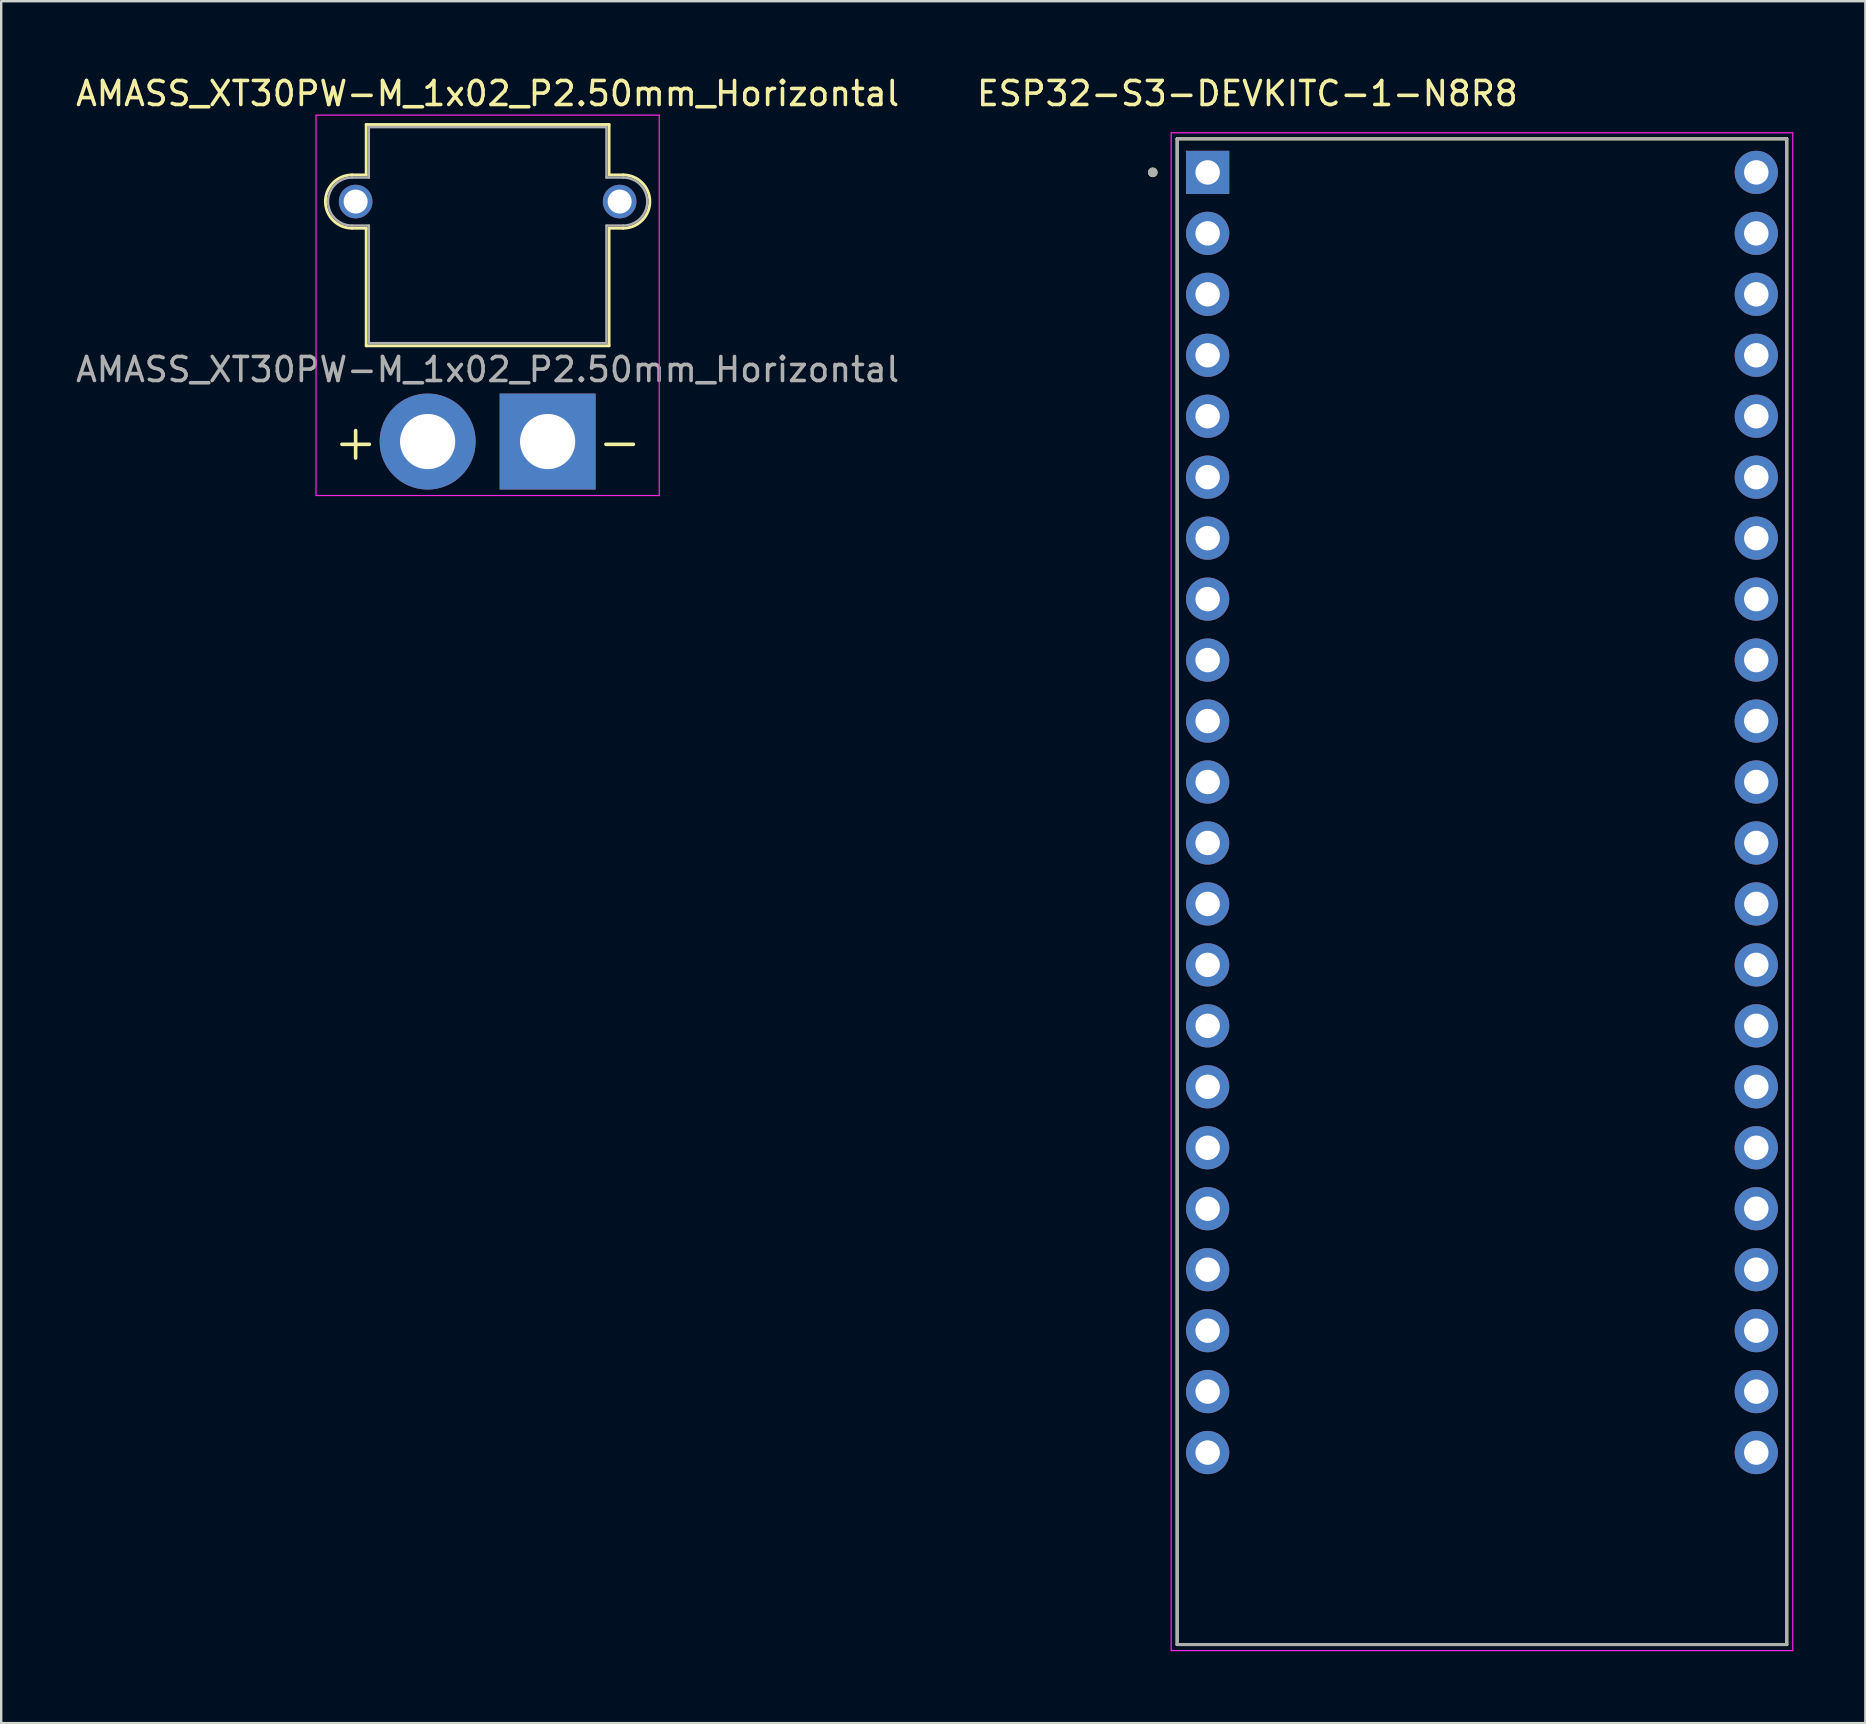
<source format=kicad_pcb>
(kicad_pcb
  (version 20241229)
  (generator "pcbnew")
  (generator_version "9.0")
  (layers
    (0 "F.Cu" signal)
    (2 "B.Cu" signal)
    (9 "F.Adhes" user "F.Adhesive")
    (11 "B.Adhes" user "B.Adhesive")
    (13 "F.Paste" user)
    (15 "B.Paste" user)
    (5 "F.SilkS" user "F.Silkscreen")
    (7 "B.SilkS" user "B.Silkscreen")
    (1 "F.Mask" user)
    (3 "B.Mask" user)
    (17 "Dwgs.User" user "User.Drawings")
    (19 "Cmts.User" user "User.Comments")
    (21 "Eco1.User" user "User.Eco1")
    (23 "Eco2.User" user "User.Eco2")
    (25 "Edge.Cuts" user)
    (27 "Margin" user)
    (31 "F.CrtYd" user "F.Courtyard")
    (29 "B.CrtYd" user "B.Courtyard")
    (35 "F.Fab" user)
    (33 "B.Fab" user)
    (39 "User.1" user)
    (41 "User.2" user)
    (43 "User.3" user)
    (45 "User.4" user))
  (footprint "ESP32-S3-DEVKITC-1-N8R8"
    (layer "F.Cu")
    (at 58.698 34.103)
    (property "Reference" "ESP32-S3-DEVKITC-1-N8R8" (at -9.775 -33.255 0) (layer "F.SilkS") (effects (font (size 1 1) (thickness 0.15))))
    (attr through_hole)
    (fp_line (start -12.7 -31.37) (end 12.7 -31.37) (stroke (width 0.127) (type solid)) (layer "F.SilkS"))
    (fp_line (start -12.7 31.37) (end -12.7 -31.37) (stroke (width 0.127) (type solid)) (layer "F.SilkS"))
    (fp_line (start 12.7 -31.37) (end 12.7 31.37) (stroke (width 0.127) (type solid)) (layer "F.SilkS"))
    (fp_line (start 12.7 31.37) (end -12.7 31.37) (stroke (width 0.127) (type solid)) (layer "F.SilkS"))
    (fp_circle (center -13.716 -29.972) (end -13.616 -29.972) (stroke (width 0.2) (type solid)) (fill no) (layer "F.SilkS"))
    (fp_line (start -12.95 -31.62) (end -12.95 31.62) (stroke (width 0.05) (type solid)) (layer "F.CrtYd"))
    (fp_line (start -12.95 31.62) (end 12.95 31.62) (stroke (width 0.05) (type solid)) (layer "F.CrtYd"))
    (fp_line (start 12.95 -31.62) (end -12.95 -31.62) (stroke (width 0.05) (type solid)) (layer "F.CrtYd"))
    (fp_line (start 12.95 31.62) (end 12.95 -31.62) (stroke (width 0.05) (type solid)) (layer "F.CrtYd"))
    (fp_line (start -12.7 -31.37) (end 12.7 -31.37) (stroke (width 0.127) (type solid)) (layer "F.Fab"))
    (fp_line (start -12.7 31.37) (end -12.7 -31.37) (stroke (width 0.127) (type solid)) (layer "F.Fab"))
    (fp_line (start 12.7 -31.37) (end 12.7 31.37) (stroke (width 0.127) (type solid)) (layer "F.Fab"))
    (fp_line (start 12.7 31.37) (end -12.7 31.37) (stroke (width 0.127) (type solid)) (layer "F.Fab"))
    (fp_circle (center -13.716 -29.972) (end -13.616 -29.972) (stroke (width 0.2) (type solid)) (fill no) (layer "F.Fab"))
    (pad "J1_1" thru_hole rect (at -11.43 -29.97) (size 1.8 1.8) (drill 1.02) (layers "*.Cu" "*.Mask"))
    (pad "J1_2" thru_hole circle (at -11.43 -27.43) (size 1.8 1.8) (drill 1.02) (layers "*.Cu" "*.Mask"))
    (pad "J1_3" thru_hole circle (at -11.43 -24.89) (size 1.8 1.8) (drill 1.02) (layers "*.Cu" "*.Mask"))
    (pad "J1_4" thru_hole circle (at -11.43 -22.35) (size 1.8 1.8) (drill 1.02) (layers "*.Cu" "*.Mask"))
    (pad "J1_5" thru_hole circle (at -11.43 -19.81) (size 1.8 1.8) (drill 1.02) (layers "*.Cu" "*.Mask"))
    (pad "J1_6" thru_hole circle (at -11.43 -17.27) (size 1.8 1.8) (drill 1.02) (layers "*.Cu" "*.Mask"))
    (pad "J1_7" thru_hole circle (at -11.43 -14.73) (size 1.8 1.8) (drill 1.02) (layers "*.Cu" "*.Mask"))
    (pad "J1_8" thru_hole circle (at -11.43 -12.19) (size 1.8 1.8) (drill 1.02) (layers "*.Cu" "*.Mask"))
    (pad "J1_9" thru_hole circle (at -11.43 -9.65) (size 1.8 1.8) (drill 1.02) (layers "*.Cu" "*.Mask"))
    (pad "J1_10" thru_hole circle (at -11.43 -7.11) (size 1.8 1.8) (drill 1.02) (layers "*.Cu" "*.Mask"))
    (pad "J1_11" thru_hole circle (at -11.43 -4.57) (size 1.8 1.8) (drill 1.02) (layers "*.Cu" "*.Mask"))
    (pad "J1_12" thru_hole circle (at -11.43 -2.03) (size 1.8 1.8) (drill 1.02) (layers "*.Cu" "*.Mask"))
    (pad "J1_13" thru_hole circle (at -11.43 0.51) (size 1.8 1.8) (drill 1.02) (layers "*.Cu" "*.Mask"))
    (pad "J1_14" thru_hole circle (at -11.43 3.05) (size 1.8 1.8) (drill 1.02) (layers "*.Cu" "*.Mask"))
    (pad "J1_15" thru_hole circle (at -11.43 5.59) (size 1.8 1.8) (drill 1.02) (layers "*.Cu" "*.Mask"))
    (pad "J1_16" thru_hole circle (at -11.43 8.13) (size 1.8 1.8) (drill 1.02) (layers "*.Cu" "*.Mask"))
    (pad "J1_17" thru_hole circle (at -11.43 10.67) (size 1.8 1.8) (drill 1.02) (layers "*.Cu" "*.Mask"))
    (pad "J1_18" thru_hole circle (at -11.43 13.21) (size 1.8 1.8) (drill 1.02) (layers "*.Cu" "*.Mask"))
    (pad "J1_19" thru_hole circle (at -11.43 15.75) (size 1.8 1.8) (drill 1.02) (layers "*.Cu" "*.Mask"))
    (pad "J1_20" thru_hole circle (at -11.43 18.29) (size 1.8 1.8) (drill 1.02) (layers "*.Cu" "*.Mask"))
    (pad "J1_21" thru_hole circle (at -11.43 20.83) (size 1.8 1.8) (drill 1.02) (layers "*.Cu" "*.Mask"))
    (pad "J1_22" thru_hole circle (at -11.43 23.37) (size 1.8 1.8) (drill 1.02) (layers "*.Cu" "*.Mask"))
    (pad "J3_1" thru_hole circle (at 11.43 -29.97) (size 1.8 1.8) (drill 1.02) (layers "*.Cu" "*.Mask"))
    (pad "J3_2" thru_hole circle (at 11.43 -27.43) (size 1.8 1.8) (drill 1.02) (layers "*.Cu" "*.Mask"))
    (pad "J3_3" thru_hole circle (at 11.43 -24.89) (size 1.8 1.8) (drill 1.02) (layers "*.Cu" "*.Mask"))
    (pad "J3_4" thru_hole circle (at 11.43 -22.35) (size 1.8 1.8) (drill 1.02) (layers "*.Cu" "*.Mask"))
    (pad "J3_5" thru_hole circle (at 11.43 -19.81) (size 1.8 1.8) (drill 1.02) (layers "*.Cu" "*.Mask"))
    (pad "J3_6" thru_hole circle (at 11.43 -17.27) (size 1.8 1.8) (drill 1.02) (layers "*.Cu" "*.Mask"))
    (pad "J3_7" thru_hole circle (at 11.43 -14.73) (size 1.8 1.8) (drill 1.02) (layers "*.Cu" "*.Mask"))
    (pad "J3_8" thru_hole circle (at 11.43 -12.19) (size 1.8 1.8) (drill 1.02) (layers "*.Cu" "*.Mask"))
    (pad "J3_9" thru_hole circle (at 11.43 -9.65) (size 1.8 1.8) (drill 1.02) (layers "*.Cu" "*.Mask"))
    (pad "J3_10" thru_hole circle (at 11.43 -7.11) (size 1.8 1.8) (drill 1.02) (layers "*.Cu" "*.Mask"))
    (pad "J3_11" thru_hole circle (at 11.43 -4.57) (size 1.8 1.8) (drill 1.02) (layers "*.Cu" "*.Mask"))
    (pad "J3_12" thru_hole circle (at 11.43 -2.03) (size 1.8 1.8) (drill 1.02) (layers "*.Cu" "*.Mask"))
    (pad "J3_13" thru_hole circle (at 11.43 0.51) (size 1.8 1.8) (drill 1.02) (layers "*.Cu" "*.Mask"))
    (pad "J3_14" thru_hole circle (at 11.43 3.05) (size 1.8 1.8) (drill 1.02) (layers "*.Cu" "*.Mask"))
    (pad "J3_15" thru_hole circle (at 11.43 5.59) (size 1.8 1.8) (drill 1.02) (layers "*.Cu" "*.Mask"))
    (pad "J3_16" thru_hole circle (at 11.43 8.13) (size 1.8 1.8) (drill 1.02) (layers "*.Cu" "*.Mask"))
    (pad "J3_17" thru_hole circle (at 11.43 10.67) (size 1.8 1.8) (drill 1.02) (layers "*.Cu" "*.Mask"))
    (pad "J3_18" thru_hole circle (at 11.43 13.21) (size 1.8 1.8) (drill 1.02) (layers "*.Cu" "*.Mask"))
    (pad "J3_19" thru_hole circle (at 11.43 15.75) (size 1.8 1.8) (drill 1.02) (layers "*.Cu" "*.Mask"))
    (pad "J3_20" thru_hole circle (at 11.43 18.29) (size 1.8 1.8) (drill 1.02) (layers "*.Cu" "*.Mask"))
    (pad "J3_21" thru_hole circle (at 11.43 20.83) (size 1.8 1.8) (drill 1.02) (layers "*.Cu" "*.Mask"))
    (pad "J3_22" thru_hole circle (at 11.43 23.37) (size 1.8 1.8) (drill 1.02) (layers "*.Cu" "*.Mask")))
  (footprint "AMASS_XT30PW-M_1x02_P2.50mm_Horizontal"
    (layer "F.Cu")
    (at 17.268 15.348)
    (property "Reference" "AMASS_XT30PW-M_1x02_P2.50mm_Horizontal" (at 0 -14.5 0) (layer "F.SilkS") (effects (font (size 1 1) (thickness 0.15))))
    (attr through_hole)
    (fp_line (start -5.65 -11.11) (end -5.06 -11.11) (stroke (width 0.12) (type solid)) (layer "F.SilkS"))
    (fp_line (start -5.65 -8.89) (end -5.06 -8.89) (stroke (width 0.12) (type solid)) (layer "F.SilkS"))
    (fp_line (start -5.06 -13.21) (end -5.06 -11.11) (stroke (width 0.12) (type solid)) (layer "F.SilkS"))
    (fp_line (start -5.06 -13.21) (end 5.06 -13.21) (stroke (width 0.12) (type solid)) (layer "F.SilkS"))
    (fp_line (start -5.06 -8.89) (end -5.06 -3.99) (stroke (width 0.12) (type solid)) (layer "F.SilkS"))
    (fp_line (start -5.06 -3.99) (end 5.06 -3.99) (stroke (width 0.12) (type solid)) (layer "F.SilkS"))
    (fp_line (start 5.06 -13.21) (end 5.06 -11.11) (stroke (width 0.12) (type solid)) (layer "F.SilkS"))
    (fp_line (start 5.06 -11.11) (end 5.65 -11.11) (stroke (width 0.12) (type solid)) (layer "F.SilkS"))
    (fp_line (start 5.06 -8.89) (end 5.06 -3.99) (stroke (width 0.12) (type solid)) (layer "F.SilkS"))
    (fp_line (start 5.06 -8.89) (end 5.65 -8.89) (stroke (width 0.12) (type solid)) (layer "F.SilkS"))
    (fp_arc (start -5.65 -8.89) (mid -6.76 -10) (end -5.65 -11.11) (stroke (width 0.12) (type solid)) (layer "F.SilkS"))
    (fp_arc (start 5.65 -11.11) (mid 6.76 -10) (end 5.65 -8.89) (stroke (width 0.12) (type solid)) (layer "F.SilkS"))
    (fp_line (start -7.15 -13.6) (end -7.15 2.25) (stroke (width 0.05) (type solid)) (layer "F.CrtYd"))
    (fp_line (start -7.15 -13.6) (end 7.15 -13.6) (stroke (width 0.05) (type solid)) (layer "F.CrtYd"))
    (fp_line (start -7.15 2.25) (end 7.15 2.25) (stroke (width 0.05) (type solid)) (layer "F.CrtYd"))
    (fp_line (start 7.15 -13.6) (end 7.15 2.25) (stroke (width 0.05) (type solid)) (layer "F.CrtYd"))
    (fp_line (start -5.65 -11) (end -4.95 -11) (stroke (width 0.1) (type solid)) (layer "F.Fab"))
    (fp_line (start -5.65 -9) (end -4.95 -9) (stroke (width 0.1) (type solid)) (layer "F.Fab"))
    (fp_line (start -4.95 -13.1) (end -4.95 -11) (stroke (width 0.1) (type solid)) (layer "F.Fab"))
    (fp_line (start -4.95 -13.1) (end 4.95 -13.1) (stroke (width 0.1) (type solid)) (layer "F.Fab"))
    (fp_line (start -4.95 -9) (end -4.95 -4.1) (stroke (width 0.1) (type solid)) (layer "F.Fab"))
    (fp_line (start -4.95 -4.1) (end 4.95 -4.1) (stroke (width 0.1) (type solid)) (layer "F.Fab"))
    (fp_line (start 4.95 -13.1) (end 4.95 -11) (stroke (width 0.1) (type solid)) (layer "F.Fab"))
    (fp_line (start 4.95 -11) (end 5.65 -11) (stroke (width 0.1) (type solid)) (layer "F.Fab"))
    (fp_line (start 4.95 -9) (end 4.95 -4.1) (stroke (width 0.1) (type solid)) (layer "F.Fab"))
    (fp_line (start 4.95 -9) (end 5.65 -9) (stroke (width 0.1) (type solid)) (layer "F.Fab"))
    (fp_arc (start -5.65 -9) (mid -6.65 -10) (end -5.65 -11) (stroke (width 0.1) (type solid)) (layer "F.Fab"))
    (fp_arc (start 5.65 -11) (mid 6.65 -10) (end 5.65 -9) (stroke (width 0.1) (type solid)) (layer "F.Fab"))
    (fp_text user "-" (at 5.5 0 0) (layer "F.SilkS") (effects (font (size 1.5 1.5) (thickness 0.15))))
    (fp_text user "+" (at -5.5 0 0) (layer "F.SilkS") (effects (font (size 1.5 1.5) (thickness 0.15))))
    (fp_text user "${REFERENCE}" (at 0 -3 0) (layer "F.Fab") (effects (font (size 1 1) (thickness 0.15))))
    (pad "" thru_hole circle (at -5.5 -10) (size 1.4 1.4) (drill 1) (layers "*.Cu" "*.Mask"))
    (pad "" thru_hole circle (at 5.5 -10) (size 1.4 1.4) (drill 1) (layers "*.Cu" "*.Mask"))
    (pad "1" thru_hole rect (at 2.5 0) (size 4 4) (drill 2.3) (layers "*.Cu" "*.Mask"))
    (pad "2" thru_hole circle (at -2.5 0) (size 4 4) (drill 2.3) (layers "*.Cu" "*.Mask")))
  (gr_rect
    (start -3 -3)
    (end 74.673 68.748)
    (stroke (width 0.1) (type default))
    (fill no)
    (layer "Edge.Cuts")))
</source>
